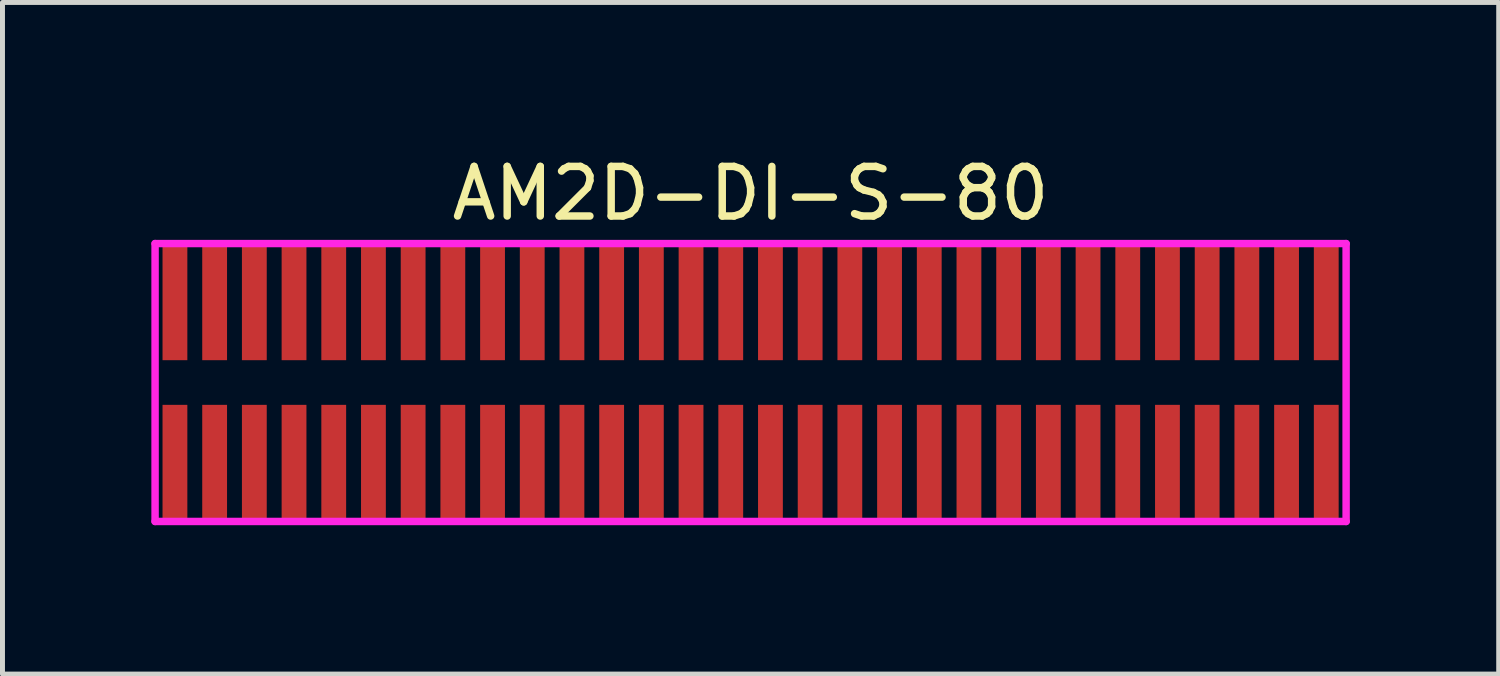
<source format=kicad_pcb>
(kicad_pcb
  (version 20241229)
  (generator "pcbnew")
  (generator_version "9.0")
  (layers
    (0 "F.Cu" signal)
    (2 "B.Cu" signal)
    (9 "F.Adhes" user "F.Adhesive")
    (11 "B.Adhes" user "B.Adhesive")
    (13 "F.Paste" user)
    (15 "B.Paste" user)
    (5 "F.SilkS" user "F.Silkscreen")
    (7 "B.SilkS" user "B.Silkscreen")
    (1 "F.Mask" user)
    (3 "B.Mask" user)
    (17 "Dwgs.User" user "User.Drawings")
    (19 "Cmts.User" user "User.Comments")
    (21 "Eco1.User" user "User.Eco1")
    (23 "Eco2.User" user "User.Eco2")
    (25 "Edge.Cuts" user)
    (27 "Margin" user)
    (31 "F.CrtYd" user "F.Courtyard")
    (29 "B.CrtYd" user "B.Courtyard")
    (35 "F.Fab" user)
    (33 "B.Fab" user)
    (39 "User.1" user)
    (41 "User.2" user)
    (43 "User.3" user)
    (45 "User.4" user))
  (footprint "AM2D-DI-S-80"
    (layer "F.Cu")
    (at 12.075 4.658)
    (property "Reference" "AM2D-DI-S-80" (at 0 -3.81 0) (layer "F.SilkS") (effects (font (size 1 1) (thickness 0.15))))
    (attr through_hole)
    (fp_line (start -12 -2.8) (end 12 -2.8) (stroke (width 0.15) (type solid)) (layer "F.CrtYd"))
    (fp_line (start -12 2.8) (end -12 -2.8) (stroke (width 0.15) (type solid)) (layer "F.CrtYd"))
    (fp_line (start 12 -2.8) (end 12 2.8) (stroke (width 0.15) (type solid)) (layer "F.CrtYd"))
    (fp_line (start 12 2.8) (end -12 2.8) (stroke (width 0.15) (type solid)) (layer "F.CrtYd"))
    (pad "1" smd rect (at -11.6 1.6) (size 0.5 2.3) (layers "F.Cu" "F.Mask" "F.Paste"))
    (pad "2" smd rect (at -11.6 -1.6) (size 0.5 2.3) (layers "F.Cu" "F.Mask" "F.Paste"))
    (pad "3" smd rect (at -10.8 1.6) (size 0.5 2.3) (layers "F.Cu" "F.Mask" "F.Paste"))
    (pad "4" smd rect (at -10.8 -1.6) (size 0.5 2.3) (layers "F.Cu" "F.Mask" "F.Paste"))
    (pad "5" smd rect (at -10 1.6) (size 0.5 2.3) (layers "F.Cu" "F.Mask" "F.Paste"))
    (pad "6" smd rect (at -10 -1.6) (size 0.5 2.3) (layers "F.Cu" "F.Mask" "F.Paste"))
    (pad "7" smd rect (at -9.2 1.6) (size 0.5 2.3) (layers "F.Cu" "F.Mask" "F.Paste"))
    (pad "8" smd rect (at -9.2 -1.6) (size 0.5 2.3) (layers "F.Cu" "F.Mask" "F.Paste"))
    (pad "9" smd rect (at -8.4 1.6) (size 0.5 2.3) (layers "F.Cu" "F.Mask" "F.Paste"))
    (pad "10" smd rect (at -8.4 -1.6) (size 0.5 2.3) (layers "F.Cu" "F.Mask" "F.Paste"))
    (pad "11" smd rect (at -7.6 1.6) (size 0.5 2.3) (layers "F.Cu" "F.Mask" "F.Paste"))
    (pad "12" smd rect (at -7.6 -1.6) (size 0.5 2.3) (layers "F.Cu" "F.Mask" "F.Paste"))
    (pad "13" smd rect (at -6.8 1.6) (size 0.5 2.3) (layers "F.Cu" "F.Mask" "F.Paste"))
    (pad "14" smd rect (at -6.8 -1.6) (size 0.5 2.3) (layers "F.Cu" "F.Mask" "F.Paste"))
    (pad "15" smd rect (at -6 1.6) (size 0.5 2.3) (layers "F.Cu" "F.Mask" "F.Paste"))
    (pad "16" smd rect (at -6 -1.6) (size 0.5 2.3) (layers "F.Cu" "F.Mask" "F.Paste"))
    (pad "17" smd rect (at -5.2 1.6) (size 0.5 2.3) (layers "F.Cu" "F.Mask" "F.Paste"))
    (pad "18" smd rect (at -5.2 -1.6) (size 0.5 2.3) (layers "F.Cu" "F.Mask" "F.Paste"))
    (pad "19" smd rect (at -4.4 1.6) (size 0.5 2.3) (layers "F.Cu" "F.Mask" "F.Paste"))
    (pad "20" smd rect (at -4.4 -1.6) (size 0.5 2.3) (layers "F.Cu" "F.Mask" "F.Paste"))
    (pad "21" smd rect (at -3.6 1.6) (size 0.5 2.3) (layers "F.Cu" "F.Mask" "F.Paste"))
    (pad "22" smd rect (at -3.6 -1.6) (size 0.5 2.3) (layers "F.Cu" "F.Mask" "F.Paste"))
    (pad "23" smd rect (at -2.8 1.6) (size 0.5 2.3) (layers "F.Cu" "F.Mask" "F.Paste"))
    (pad "24" smd rect (at -2.8 -1.6) (size 0.5 2.3) (layers "F.Cu" "F.Mask" "F.Paste"))
    (pad "25" smd rect (at -2 1.6) (size 0.5 2.3) (layers "F.Cu" "F.Mask" "F.Paste"))
    (pad "26" smd rect (at -2 -1.6) (size 0.5 2.3) (layers "F.Cu" "F.Mask" "F.Paste"))
    (pad "27" smd rect (at -1.2 1.6) (size 0.5 2.3) (layers "F.Cu" "F.Mask" "F.Paste"))
    (pad "28" smd rect (at -1.2 -1.6) (size 0.5 2.3) (layers "F.Cu" "F.Mask" "F.Paste"))
    (pad "29" smd rect (at -0.4 1.6) (size 0.5 2.3) (layers "F.Cu" "F.Mask" "F.Paste"))
    (pad "30" smd rect (at -0.4 -1.6) (size 0.5 2.3) (layers "F.Cu" "F.Mask" "F.Paste"))
    (pad "31" smd rect (at 0.4 1.6) (size 0.5 2.3) (layers "F.Cu" "F.Mask" "F.Paste"))
    (pad "32" smd rect (at 0.4 -1.6) (size 0.5 2.3) (layers "F.Cu" "F.Mask" "F.Paste"))
    (pad "33" smd rect (at 1.2 1.6) (size 0.5 2.3) (layers "F.Cu" "F.Mask" "F.Paste"))
    (pad "34" smd rect (at 1.2 -1.6) (size 0.5 2.3) (layers "F.Cu" "F.Mask" "F.Paste"))
    (pad "35" smd rect (at 2 1.6) (size 0.5 2.3) (layers "F.Cu" "F.Mask" "F.Paste"))
    (pad "36" smd rect (at 2 -1.6) (size 0.5 2.3) (layers "F.Cu" "F.Mask" "F.Paste"))
    (pad "37" smd rect (at 2.8 1.6) (size 0.5 2.3) (layers "F.Cu" "F.Mask" "F.Paste"))
    (pad "38" smd rect (at 2.8 -1.6) (size 0.5 2.3) (layers "F.Cu" "F.Mask" "F.Paste"))
    (pad "39" smd rect (at 3.6 1.6) (size 0.5 2.3) (layers "F.Cu" "F.Mask" "F.Paste"))
    (pad "40" smd rect (at 3.6 -1.6) (size 0.5 2.3) (layers "F.Cu" "F.Mask" "F.Paste"))
    (pad "41" smd rect (at 4.4 1.6) (size 0.5 2.3) (layers "F.Cu" "F.Mask" "F.Paste"))
    (pad "42" smd rect (at 4.4 -1.6) (size 0.5 2.3) (layers "F.Cu" "F.Mask" "F.Paste"))
    (pad "43" smd rect (at 5.2 1.6) (size 0.5 2.3) (layers "F.Cu" "F.Mask" "F.Paste"))
    (pad "44" smd rect (at 5.2 -1.6) (size 0.5 2.3) (layers "F.Cu" "F.Mask" "F.Paste"))
    (pad "45" smd rect (at 6 1.6) (size 0.5 2.3) (layers "F.Cu" "F.Mask" "F.Paste"))
    (pad "46" smd rect (at 6 -1.6) (size 0.5 2.3) (layers "F.Cu" "F.Mask" "F.Paste"))
    (pad "47" smd rect (at 6.8 1.6) (size 0.5 2.3) (layers "F.Cu" "F.Mask" "F.Paste"))
    (pad "48" smd rect (at 6.8 -1.6) (size 0.5 2.3) (layers "F.Cu" "F.Mask" "F.Paste"))
    (pad "49" smd rect (at 7.6 1.6) (size 0.5 2.3) (layers "F.Cu" "F.Mask" "F.Paste"))
    (pad "50" smd rect (at 7.6 -1.6) (size 0.5 2.3) (layers "F.Cu" "F.Mask" "F.Paste"))
    (pad "51" smd rect (at 8.4 1.6) (size 0.5 2.3) (layers "F.Cu" "F.Mask" "F.Paste"))
    (pad "52" smd rect (at 8.4 -1.6) (size 0.5 2.3) (layers "F.Cu" "F.Mask" "F.Paste"))
    (pad "53" smd rect (at 9.2 1.6) (size 0.5 2.3) (layers "F.Cu" "F.Mask" "F.Paste"))
    (pad "54" smd rect (at 9.2 -1.6) (size 0.5 2.3) (layers "F.Cu" "F.Mask" "F.Paste"))
    (pad "55" smd rect (at 10 1.6) (size 0.5 2.3) (layers "F.Cu" "F.Mask" "F.Paste"))
    (pad "56" smd rect (at 10 -1.6) (size 0.5 2.3) (layers "F.Cu" "F.Mask" "F.Paste"))
    (pad "57" smd rect (at 10.8 1.6) (size 0.5 2.3) (layers "F.Cu" "F.Mask" "F.Paste"))
    (pad "58" smd rect (at 10.8 -1.6) (size 0.5 2.3) (layers "F.Cu" "F.Mask" "F.Paste"))
    (pad "59" smd rect (at 11.6 1.6) (size 0.5 2.3) (layers "F.Cu" "F.Mask" "F.Paste"))
    (pad "60" smd rect (at 11.6 -1.6) (size 0.5 2.3) (layers "F.Cu" "F.Mask" "F.Paste")))
  (gr_rect
    (start -3 -3)
    (end 27.15 10.533)
    (stroke (width 0.1) (type default))
    (fill no)
    (layer "Edge.Cuts")))
</source>
